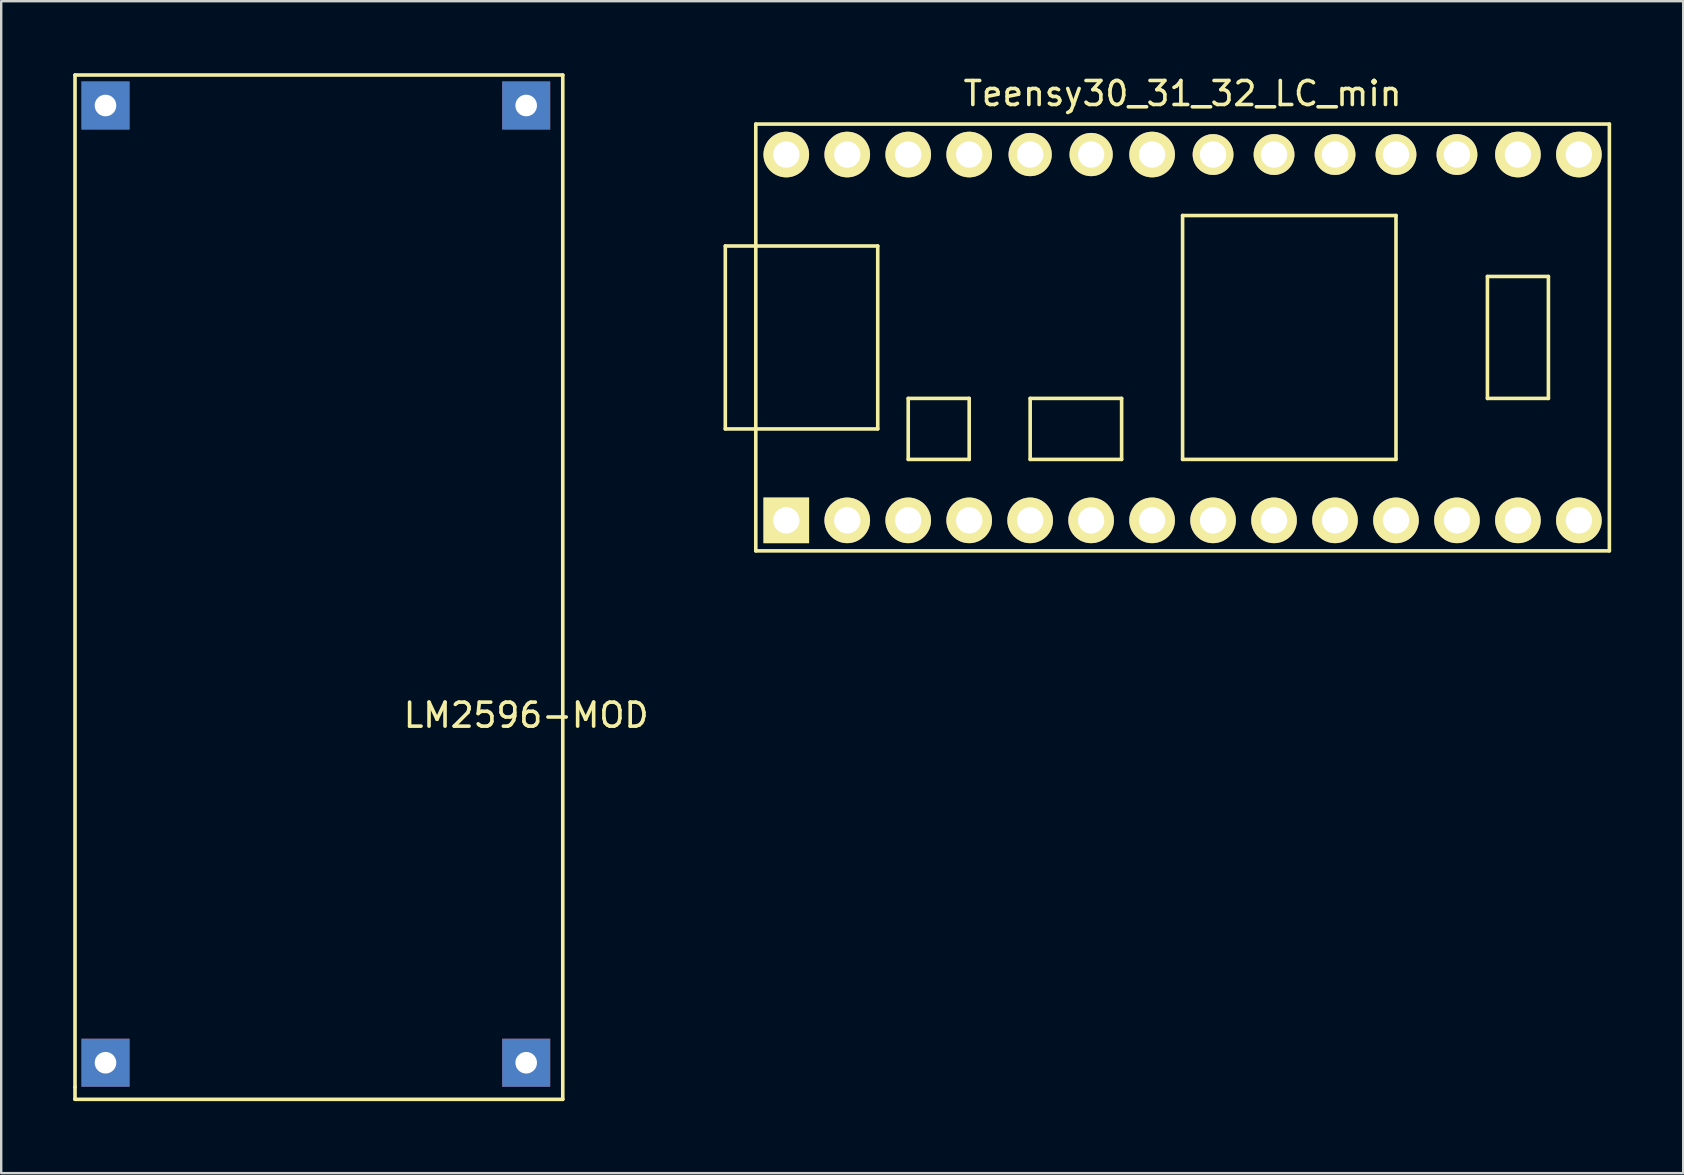
<source format=kicad_pcb>
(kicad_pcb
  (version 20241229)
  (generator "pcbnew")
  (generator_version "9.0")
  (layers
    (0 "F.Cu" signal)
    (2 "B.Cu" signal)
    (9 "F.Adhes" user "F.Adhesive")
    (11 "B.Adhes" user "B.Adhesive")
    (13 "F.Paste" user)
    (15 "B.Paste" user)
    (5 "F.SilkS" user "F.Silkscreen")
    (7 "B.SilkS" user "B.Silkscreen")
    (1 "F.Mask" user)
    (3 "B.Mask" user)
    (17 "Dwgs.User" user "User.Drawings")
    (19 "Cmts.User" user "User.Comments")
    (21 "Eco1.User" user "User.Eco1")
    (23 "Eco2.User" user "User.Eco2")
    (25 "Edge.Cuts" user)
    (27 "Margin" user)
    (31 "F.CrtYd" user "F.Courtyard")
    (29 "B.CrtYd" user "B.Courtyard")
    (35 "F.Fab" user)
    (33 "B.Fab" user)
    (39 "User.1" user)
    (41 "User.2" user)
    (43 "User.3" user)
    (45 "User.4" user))
  (footprint "LM2596-MOD"
    (layer "F.Cu")
    (at 8.711 10.235)
    (property "Reference" "LM2596-MOD" (at 10.16 16.51 0) (layer "F.SilkS") (effects (font (size 1 1) (thickness 0.15))))
    (attr through_hole)
    (fp_line (start -8.636 -10.16) (end -8.636 32.004) (stroke (width 0.15) (type solid)) (layer "F.SilkS"))
    (fp_line (start -8.636 32.004) (end -8.636 32.512) (stroke (width 0.15) (type solid)) (layer "F.SilkS"))
    (fp_line (start -8.636 32.512) (end 11.684 32.512) (stroke (width 0.15) (type solid)) (layer "F.SilkS"))
    (fp_line (start 11.684 -10.16) (end -8.636 -10.16) (stroke (width 0.15) (type solid)) (layer "F.SilkS"))
    (fp_line (start 11.684 32.512) (end 11.684 -10.16) (stroke (width 0.15) (type solid)) (layer "F.SilkS"))
    (pad "1" thru_hole rect (at 10.16 -8.89) (size 2 2) (drill 0.9) (layers "*.Cu" "*.Mask"))
    (pad "2" thru_hole rect (at -7.366 -8.89) (size 2 2) (drill 0.9) (layers "*.Cu" "*.Mask"))
    (pad "3" thru_hole rect (at 10.16 30.988) (size 2 2) (drill 0.9) (layers "*.Cu" "*.Mask"))
    (pad "4" thru_hole rect (at -7.366 30.988) (size 2 2) (drill 0.9) (layers "*.Cu" "*.Mask")))
  (footprint "Teensy30_31_32_LC_min"
    (layer "F.Cu")
    (at 46.216 11.008)
    (property "Reference" "Teensy30_31_32_LC_min" (at 0 -10.16 0) (layer "F.SilkS") (effects (font (size 1 1) (thickness 0.15))))
    (attr through_hole)
    (fp_line (start -19.05 -3.81) (end -17.78 -3.81) (stroke (width 0.15) (type solid)) (layer "F.SilkS"))
    (fp_line (start -19.05 3.81) (end -19.05 -3.81) (stroke (width 0.15) (type solid)) (layer "F.SilkS"))
    (fp_line (start -17.78 -8.89) (end 17.78 -8.89) (stroke (width 0.15) (type solid)) (layer "F.SilkS"))
    (fp_line (start -17.78 3.81) (end -19.05 3.81) (stroke (width 0.15) (type solid)) (layer "F.SilkS"))
    (fp_line (start -17.78 8.89) (end -17.78 -8.89) (stroke (width 0.15) (type solid)) (layer "F.SilkS"))
    (fp_line (start -12.7 -3.81) (end -17.78 -3.81) (stroke (width 0.15) (type solid)) (layer "F.SilkS"))
    (fp_line (start -12.7 3.81) (end -17.78 3.81) (stroke (width 0.15) (type solid)) (layer "F.SilkS"))
    (fp_line (start -12.7 3.81) (end -12.7 -3.81) (stroke (width 0.15) (type solid)) (layer "F.SilkS"))
    (fp_line (start -11.43 2.54) (end -11.43 5.08) (stroke (width 0.15) (type solid)) (layer "F.SilkS"))
    (fp_line (start -11.43 5.08) (end -8.89 5.08) (stroke (width 0.15) (type solid)) (layer "F.SilkS"))
    (fp_line (start -8.89 2.54) (end -11.43 2.54) (stroke (width 0.15) (type solid)) (layer "F.SilkS"))
    (fp_line (start -8.89 5.08) (end -8.89 2.54) (stroke (width 0.15) (type solid)) (layer "F.SilkS"))
    (fp_line (start -6.35 2.54) (end -6.35 5.08) (stroke (width 0.15) (type solid)) (layer "F.SilkS"))
    (fp_line (start -6.35 5.08) (end -2.54 5.08) (stroke (width 0.15) (type solid)) (layer "F.SilkS"))
    (fp_line (start -2.54 2.54) (end -6.35 2.54) (stroke (width 0.15) (type solid)) (layer "F.SilkS"))
    (fp_line (start -2.54 5.08) (end -2.54 2.54) (stroke (width 0.15) (type solid)) (layer "F.SilkS"))
    (fp_line (start 0 -5.08) (end 0 5.08) (stroke (width 0.15) (type solid)) (layer "F.SilkS"))
    (fp_line (start 8.89 -5.08) (end 0 -5.08) (stroke (width 0.15) (type solid)) (layer "F.SilkS"))
    (fp_line (start 8.89 5.08) (end 0 5.08) (stroke (width 0.15) (type solid)) (layer "F.SilkS"))
    (fp_line (start 8.89 5.08) (end 8.89 -5.08) (stroke (width 0.15) (type solid)) (layer "F.SilkS"))
    (fp_line (start 12.7 -2.54) (end 15.24 -2.54) (stroke (width 0.15) (type solid)) (layer "F.SilkS"))
    (fp_line (start 12.7 2.54) (end 12.7 -2.54) (stroke (width 0.15) (type solid)) (layer "F.SilkS"))
    (fp_line (start 15.24 -2.54) (end 15.24 2.54) (stroke (width 0.15) (type solid)) (layer "F.SilkS"))
    (fp_line (start 15.24 2.54) (end 12.7 2.54) (stroke (width 0.15) (type solid)) (layer "F.SilkS"))
    (fp_line (start 17.78 -8.89) (end 17.78 8.89) (stroke (width 0.15) (type solid)) (layer "F.SilkS"))
    (fp_line (start 17.78 8.89) (end -17.78 8.89) (stroke (width 0.15) (type solid)) (layer "F.SilkS"))
    (pad "1" thru_hole rect (at -16.51 7.62) (size 1.9 1.9) (drill 1.1) (layers "*.Cu" "*.Mask" "F.SilkS"))
    (pad "2" thru_hole circle (at -13.97 7.62) (size 1.9 1.9) (drill 1.1) (layers "*.Cu" "*.Mask" "F.SilkS"))
    (pad "3" thru_hole circle (at -11.43 7.62) (size 1.9 1.9) (drill 1.1) (layers "*.Cu" "*.Mask" "F.SilkS"))
    (pad "4" thru_hole circle (at -8.89 7.62) (size 1.9 1.9) (drill 1.1) (layers "*.Cu" "*.Mask" "F.SilkS"))
    (pad "5" thru_hole circle (at -6.35 7.62) (size 1.9 1.9) (drill 1.1) (layers "*.Cu" "*.Mask" "F.SilkS"))
    (pad "6" thru_hole circle (at -3.81 7.62) (size 1.9 1.9) (drill 1.1) (layers "*.Cu" "*.Mask" "F.SilkS"))
    (pad "7" thru_hole circle (at -1.27 7.62) (size 1.9 1.9) (drill 1.1) (layers "*.Cu" "*.Mask" "F.SilkS"))
    (pad "8" thru_hole circle (at 1.27 7.62) (size 1.9 1.9) (drill 1.1) (layers "*.Cu" "*.Mask" "F.SilkS"))
    (pad "9" thru_hole circle (at 3.81 7.62) (size 1.9 1.9) (drill 1.1) (layers "*.Cu" "*.Mask" "F.SilkS"))
    (pad "10" thru_hole circle (at 6.35 7.62) (size 1.9 1.9) (drill 1.1) (layers "*.Cu" "*.Mask" "F.SilkS"))
    (pad "11" thru_hole circle (at 8.89 7.62) (size 1.9 1.9) (drill 1.1) (layers "*.Cu" "*.Mask" "F.SilkS"))
    (pad "12" thru_hole circle (at 11.43 7.62) (size 1.9 1.9) (drill 1.1) (layers "*.Cu" "*.Mask" "F.SilkS"))
    (pad "13" thru_hole circle (at 13.97 7.62) (size 1.9 1.9) (drill 1.1) (layers "*.Cu" "*.Mask" "F.SilkS"))
    (pad "14" thru_hole circle (at 16.51 7.62) (size 1.9 1.9) (drill 1.1) (layers "*.Cu" "*.Mask" "F.SilkS"))
    (pad "20" thru_hole circle (at 16.51 -7.62) (size 1.9 1.9) (drill 1.1) (layers "*.Cu" "*.Mask" "F.SilkS"))
    (pad "21" thru_hole circle (at 13.97 -7.62) (size 1.9 1.9) (drill 1.1) (layers "*.Cu" "*.Mask" "F.SilkS"))
    (pad "22" thru_hole circle (at 11.43 -7.62) (size 1.7 1.7) (drill 1.1) (layers "*.Cu" "*.Mask" "F.SilkS"))
    (pad "23" thru_hole circle (at 8.89 -7.62) (size 1.7 1.7) (drill 1.1) (layers "*.Cu" "*.Mask" "F.SilkS"))
    (pad "24" thru_hole circle (at 6.35 -7.62) (size 1.7 1.7) (drill 1.1) (layers "*.Cu" "*.Mask" "F.SilkS"))
    (pad "25" thru_hole circle (at 3.81 -7.62) (size 1.7 1.7) (drill 1.1) (layers "*.Cu" "*.Mask" "F.SilkS"))
    (pad "26" thru_hole circle (at 1.27 -7.62) (size 1.7 1.7) (drill 1.1) (layers "*.Cu" "*.Mask" "F.SilkS"))
    (pad "27" thru_hole circle (at -1.27 -7.62) (size 1.9 1.9) (drill 1.1) (layers "*.Cu" "*.Mask" "F.SilkS"))
    (pad "28" thru_hole circle (at -3.81 -7.62) (size 1.8 1.8) (drill 1.1) (layers "*.Cu" "*.Mask" "F.SilkS"))
    (pad "29" thru_hole circle (at -6.35 -7.62) (size 1.8 1.8) (drill 1.1) (layers "*.Cu" "*.Mask" "F.SilkS"))
    (pad "30" thru_hole circle (at -8.89 -7.62) (size 1.9 1.9) (drill 1.1) (layers "*.Cu" "*.Mask" "F.SilkS"))
    (pad "31" thru_hole circle (at -11.43 -7.62) (size 1.9 1.9) (drill 1.1) (layers "*.Cu" "*.Mask" "F.SilkS"))
    (pad "32" thru_hole circle (at -13.97 -7.62) (size 1.9 1.9) (drill 1.1) (layers "*.Cu" "*.Mask" "F.SilkS"))
    (pad "33" thru_hole circle (at -16.51 -7.62) (size 1.9 1.9) (drill 1.1) (layers "*.Cu" "*.Mask" "F.SilkS")))
  (gr_rect
    (start -3 -3)
    (end 67.071 45.822)
    (stroke (width 0.1) (type default))
    (fill no)
    (layer "Edge.Cuts")))
</source>
